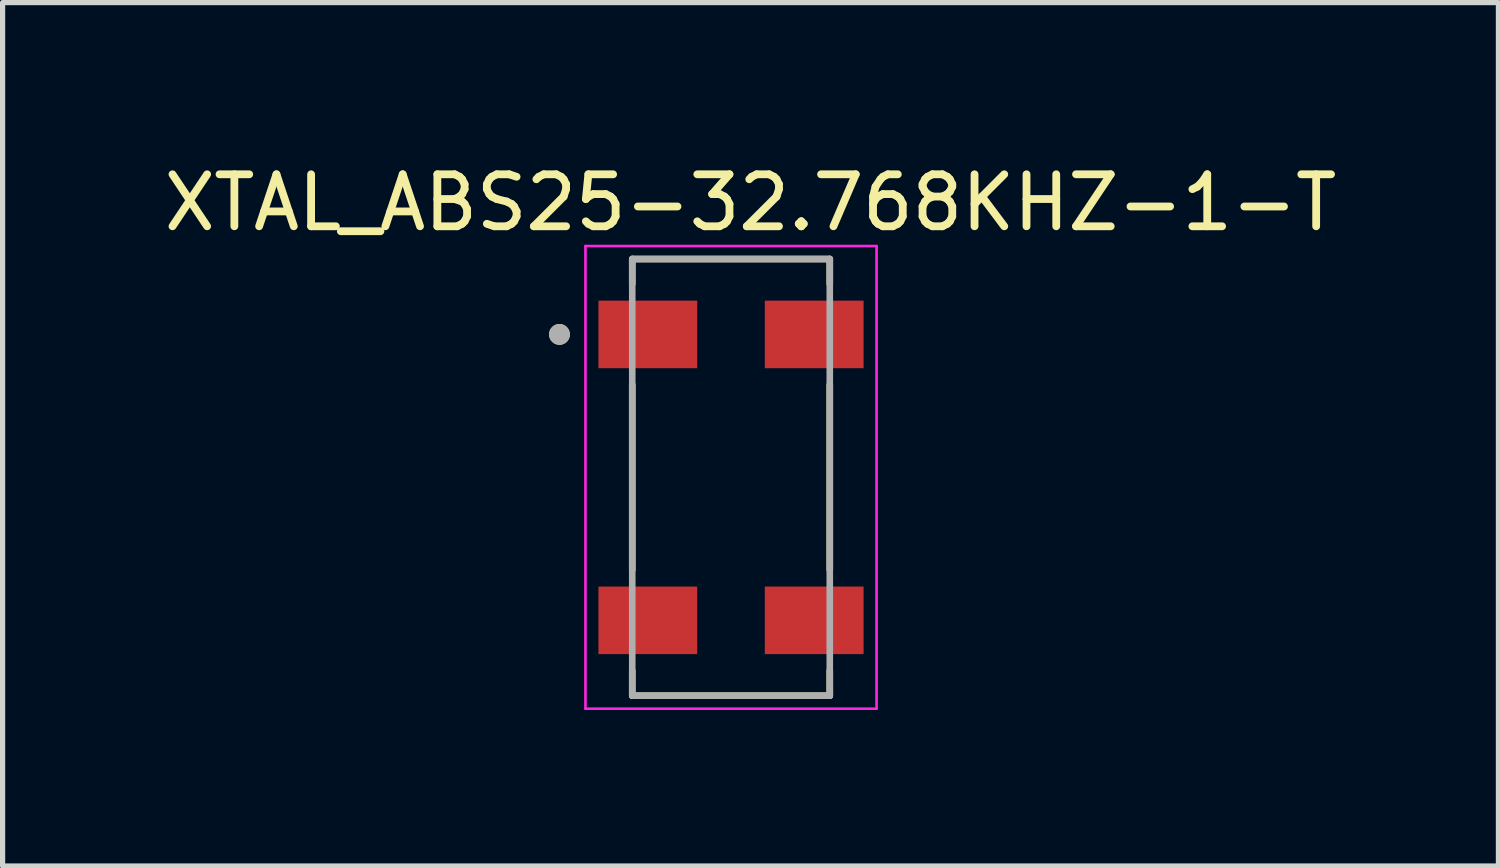
<source format=kicad_pcb>
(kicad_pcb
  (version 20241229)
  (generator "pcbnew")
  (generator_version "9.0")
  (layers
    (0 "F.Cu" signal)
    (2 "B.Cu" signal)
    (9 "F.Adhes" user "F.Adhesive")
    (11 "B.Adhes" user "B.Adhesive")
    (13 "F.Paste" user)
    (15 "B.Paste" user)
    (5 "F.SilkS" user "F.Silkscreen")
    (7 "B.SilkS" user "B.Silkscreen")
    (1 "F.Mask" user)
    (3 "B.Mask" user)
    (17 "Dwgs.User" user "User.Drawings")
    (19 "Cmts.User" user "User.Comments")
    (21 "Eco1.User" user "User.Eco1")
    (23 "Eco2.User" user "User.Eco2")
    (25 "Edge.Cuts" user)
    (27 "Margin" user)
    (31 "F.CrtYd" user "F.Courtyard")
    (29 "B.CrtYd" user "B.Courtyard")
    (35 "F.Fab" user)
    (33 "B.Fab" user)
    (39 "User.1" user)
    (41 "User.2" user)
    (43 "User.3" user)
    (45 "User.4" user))
  (footprint "XTAL_ABS25-32.768KHZ-1-T"
    (layer "F.Cu")
    (at 11.012 6.133)
    (property "Reference" "XTAL_ABS25-32.768KHZ-1-T" (at 0.375 -5.285 0) (layer "F.SilkS") (effects (font (size 1 1) (thickness 0.15))))
    (attr smd)
    (fp_line (start -1.9 -4.2) (end -1.9 -3.72) (stroke (width 0.127) (type solid)) (layer "F.SilkS"))
    (fp_line (start -1.9 -4.2) (end 1.9 -4.2) (stroke (width 0.127) (type solid)) (layer "F.SilkS"))
    (fp_line (start -1.9 -1.78) (end -1.9 1.78) (stroke (width 0.127) (type solid)) (layer "F.SilkS"))
    (fp_line (start -1.9 4.2) (end -1.9 3.72) (stroke (width 0.127) (type solid)) (layer "F.SilkS"))
    (fp_line (start -1.9 4.2) (end 1.9 4.2) (stroke (width 0.127) (type solid)) (layer "F.SilkS"))
    (fp_line (start 1.9 -4.2) (end 1.9 -3.72) (stroke (width 0.127) (type solid)) (layer "F.SilkS"))
    (fp_line (start 1.9 -1.78) (end 1.9 1.78) (stroke (width 0.127) (type solid)) (layer "F.SilkS"))
    (fp_line (start 1.9 4.2) (end 1.9 3.72) (stroke (width 0.127) (type solid)) (layer "F.SilkS"))
    (fp_circle (center -3.3 -2.75) (end -3.2 -2.75) (stroke (width 0.2) (type solid)) (fill no) (layer "F.SilkS"))
    (fp_line (start -2.8 -4.45) (end -2.8 4.45) (stroke (width 0.05) (type solid)) (layer "F.CrtYd"))
    (fp_line (start -2.8 -4.45) (end 2.8 -4.45) (stroke (width 0.05) (type solid)) (layer "F.CrtYd"))
    (fp_line (start 2.8 -4.45) (end 2.8 4.45) (stroke (width 0.05) (type solid)) (layer "F.CrtYd"))
    (fp_line (start 2.8 4.45) (end -2.8 4.45) (stroke (width 0.05) (type solid)) (layer "F.CrtYd"))
    (fp_line (start -1.9 -4.2) (end -1.9 4.2) (stroke (width 0.127) (type solid)) (layer "F.Fab"))
    (fp_line (start -1.9 -4.2) (end 1.9 -4.2) (stroke (width 0.127) (type solid)) (layer "F.Fab"))
    (fp_line (start 1.9 -4.2) (end 1.9 4.2) (stroke (width 0.127) (type solid)) (layer "F.Fab"))
    (fp_line (start 1.9 4.2) (end -1.9 4.2) (stroke (width 0.127) (type solid)) (layer "F.Fab"))
    (fp_circle (center -3.3 -2.75) (end -3.2 -2.75) (stroke (width 0.2) (type solid)) (fill no) (layer "F.Fab"))
    (pad "1" smd rect (at -1.6 -2.75) (size 1.9 1.3) (layers "F.Cu" "F.Mask" "F.Paste"))
    (pad "2" smd rect (at -1.6 2.75) (size 1.9 1.3) (layers "F.Cu" "F.Mask" "F.Paste"))
    (pad "3" smd rect (at 1.6 2.75) (size 1.9 1.3) (layers "F.Cu" "F.Mask" "F.Paste"))
    (pad "4" smd rect (at 1.6 -2.75) (size 1.9 1.3) (layers "F.Cu" "F.Mask" "F.Paste")))
  (gr_rect
    (start -3 -3)
    (end 25.774 13.608)
    (stroke (width 0.1) (type default))
    (fill no)
    (layer "Edge.Cuts")))
</source>
